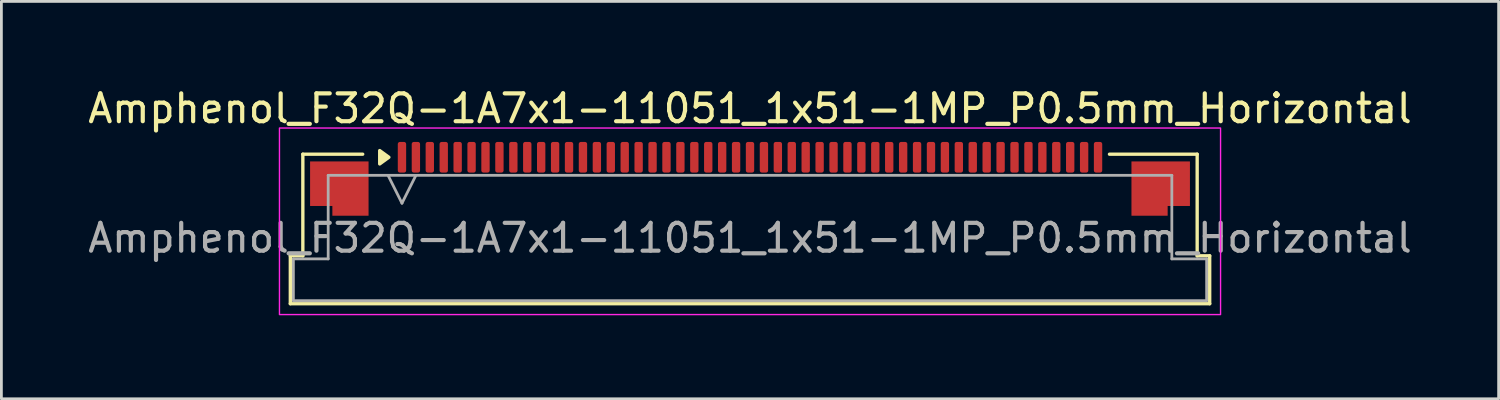
<source format=kicad_pcb>
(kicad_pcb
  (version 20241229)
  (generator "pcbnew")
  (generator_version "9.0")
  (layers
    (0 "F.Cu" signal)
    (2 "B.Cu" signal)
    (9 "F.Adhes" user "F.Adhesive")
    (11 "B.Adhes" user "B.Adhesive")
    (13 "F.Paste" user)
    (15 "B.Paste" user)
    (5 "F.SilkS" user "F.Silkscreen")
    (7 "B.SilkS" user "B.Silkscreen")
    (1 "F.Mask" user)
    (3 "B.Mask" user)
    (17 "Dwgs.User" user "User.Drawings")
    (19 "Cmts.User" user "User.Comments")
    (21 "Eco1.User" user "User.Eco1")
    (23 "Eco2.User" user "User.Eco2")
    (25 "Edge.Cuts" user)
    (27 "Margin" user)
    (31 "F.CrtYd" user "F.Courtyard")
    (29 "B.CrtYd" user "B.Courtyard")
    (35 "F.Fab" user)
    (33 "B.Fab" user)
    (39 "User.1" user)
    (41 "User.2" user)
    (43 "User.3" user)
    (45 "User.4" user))
  (footprint "Amphenol_F32Q-1A7x1-11051_1x51-1MP_P0.5mm_Horizontal"
    (layer "F.Cu")
    (at 23.887 5.498)
    (property "Reference" "Amphenol_F32Q-1A7x1-11051_1x51-1MP_P0.5mm_Horizontal" (at 0 -4.65 0) (layer "F.SilkS") (effects (font (size 1 1) (thickness 0.15))))
    (attr smd)
    (fp_line (start -16.51 0.64) (end -16.06 0.64) (stroke (width 0.12) (type solid)) (layer "F.SilkS"))
    (fp_line (start -16.51 2.36) (end -16.51 0.64) (stroke (width 0.12) (type solid)) (layer "F.SilkS"))
    (fp_line (start -16.06 -3.01) (end -13.91 -3.01) (stroke (width 0.12) (type solid)) (layer "F.SilkS"))
    (fp_line (start -16.06 0.64) (end -16.06 -3.01) (stroke (width 0.12) (type solid)) (layer "F.SilkS"))
    (fp_line (start 12.91 -3.01) (end 16.06 -3.01) (stroke (width 0.12) (type solid)) (layer "F.SilkS"))
    (fp_line (start 16.06 -3.01) (end 16.06 0.64) (stroke (width 0.12) (type solid)) (layer "F.SilkS"))
    (fp_line (start 16.06 0.64) (end 16.51 0.64) (stroke (width 0.12) (type solid)) (layer "F.SilkS"))
    (fp_line (start 16.51 0.64) (end 16.51 2.36) (stroke (width 0.12) (type solid)) (layer "F.SilkS"))
    (fp_line (start 16.51 2.36) (end -16.51 2.36) (stroke (width 0.12) (type solid)) (layer "F.SilkS"))
    (fp_poly (pts (xy -12.97 -2.9) (xy -13.3 -2.66) (xy -13.3 -3.14)) (stroke (width 0.12) (type solid)) (fill yes) (layer "F.SilkS"))
    (fp_rect (start -16.9 -3.95) (end 16.9 2.75) (stroke (width 0.05) (type solid)) (fill no) (layer "F.CrtYd"))
    (fp_line (start -16.4 0.75) (end -15.15 0.75) (stroke (width 0.1) (type solid)) (layer "F.Fab"))
    (fp_line (start -16.4 2.25) (end -16.4 0.75) (stroke (width 0.1) (type solid)) (layer "F.Fab"))
    (fp_line (start -15.15 -2.25) (end 15.15 -2.25) (stroke (width 0.1) (type solid)) (layer "F.Fab"))
    (fp_line (start -15.15 0.75) (end -15.15 -2.25) (stroke (width 0.1) (type solid)) (layer "F.Fab"))
    (fp_line (start -13 -2.25) (end -12.5 -1.25) (stroke (width 0.1) (type solid)) (layer "F.Fab"))
    (fp_line (start -12.5 -1.25) (end -12 -2.25) (stroke (width 0.1) (type solid)) (layer "F.Fab"))
    (fp_line (start 15.15 -2.25) (end 15.15 0.75) (stroke (width 0.1) (type solid)) (layer "F.Fab"))
    (fp_line (start 15.15 0.75) (end 16.4 0.75) (stroke (width 0.1) (type solid)) (layer "F.Fab"))
    (fp_line (start 16.4 0.75) (end 16.4 2.25) (stroke (width 0.1) (type solid)) (layer "F.Fab"))
    (fp_line (start 16.4 2.25) (end -16.4 2.25) (stroke (width 0.1) (type solid)) (layer "F.Fab"))
    (fp_text user "${REFERENCE}" (at 0 0 0) (layer "F.Fab") (effects (font (size 1 1) (thickness 0.15))))
    (pad "1" smd roundrect (at -12.5 -2.9) (size 0.3 1.1) (layers "F.Cu" "F.Mask" "F.Paste") (roundrect_rratio 0.25))
    (pad "2" smd roundrect (at -12 -2.9) (size 0.3 1.1) (layers "F.Cu" "F.Mask" "F.Paste") (roundrect_rratio 0.25))
    (pad "3" smd roundrect (at -11.5 -2.9) (size 0.3 1.1) (layers "F.Cu" "F.Mask" "F.Paste") (roundrect_rratio 0.25))
    (pad "4" smd roundrect (at -11 -2.9) (size 0.3 1.1) (layers "F.Cu" "F.Mask" "F.Paste") (roundrect_rratio 0.25))
    (pad "5" smd roundrect (at -10.5 -2.9) (size 0.3 1.1) (layers "F.Cu" "F.Mask" "F.Paste") (roundrect_rratio 0.25))
    (pad "6" smd roundrect (at -10 -2.9) (size 0.3 1.1) (layers "F.Cu" "F.Mask" "F.Paste") (roundrect_rratio 0.25))
    (pad "7" smd roundrect (at -9.5 -2.9) (size 0.3 1.1) (layers "F.Cu" "F.Mask" "F.Paste") (roundrect_rratio 0.25))
    (pad "8" smd roundrect (at -9 -2.9) (size 0.3 1.1) (layers "F.Cu" "F.Mask" "F.Paste") (roundrect_rratio 0.25))
    (pad "9" smd roundrect (at -8.5 -2.9) (size 0.3 1.1) (layers "F.Cu" "F.Mask" "F.Paste") (roundrect_rratio 0.25))
    (pad "10" smd roundrect (at -8 -2.9) (size 0.3 1.1) (layers "F.Cu" "F.Mask" "F.Paste") (roundrect_rratio 0.25))
    (pad "11" smd roundrect (at -7.5 -2.9) (size 0.3 1.1) (layers "F.Cu" "F.Mask" "F.Paste") (roundrect_rratio 0.25))
    (pad "12" smd roundrect (at -7 -2.9) (size 0.3 1.1) (layers "F.Cu" "F.Mask" "F.Paste") (roundrect_rratio 0.25))
    (pad "13" smd roundrect (at -6.5 -2.9) (size 0.3 1.1) (layers "F.Cu" "F.Mask" "F.Paste") (roundrect_rratio 0.25))
    (pad "14" smd roundrect (at -6 -2.9) (size 0.3 1.1) (layers "F.Cu" "F.Mask" "F.Paste") (roundrect_rratio 0.25))
    (pad "15" smd roundrect (at -5.5 -2.9) (size 0.3 1.1) (layers "F.Cu" "F.Mask" "F.Paste") (roundrect_rratio 0.25))
    (pad "16" smd roundrect (at -5 -2.9) (size 0.3 1.1) (layers "F.Cu" "F.Mask" "F.Paste") (roundrect_rratio 0.25))
    (pad "17" smd roundrect (at -4.5 -2.9) (size 0.3 1.1) (layers "F.Cu" "F.Mask" "F.Paste") (roundrect_rratio 0.25))
    (pad "18" smd roundrect (at -4 -2.9) (size 0.3 1.1) (layers "F.Cu" "F.Mask" "F.Paste") (roundrect_rratio 0.25))
    (pad "19" smd roundrect (at -3.5 -2.9) (size 0.3 1.1) (layers "F.Cu" "F.Mask" "F.Paste") (roundrect_rratio 0.25))
    (pad "20" smd roundrect (at -3 -2.9) (size 0.3 1.1) (layers "F.Cu" "F.Mask" "F.Paste") (roundrect_rratio 0.25))
    (pad "21" smd roundrect (at -2.5 -2.9) (size 0.3 1.1) (layers "F.Cu" "F.Mask" "F.Paste") (roundrect_rratio 0.25))
    (pad "22" smd roundrect (at -2 -2.9) (size 0.3 1.1) (layers "F.Cu" "F.Mask" "F.Paste") (roundrect_rratio 0.25))
    (pad "23" smd roundrect (at -1.5 -2.9) (size 0.3 1.1) (layers "F.Cu" "F.Mask" "F.Paste") (roundrect_rratio 0.25))
    (pad "24" smd roundrect (at -1 -2.9) (size 0.3 1.1) (layers "F.Cu" "F.Mask" "F.Paste") (roundrect_rratio 0.25))
    (pad "25" smd roundrect (at -0.5 -2.9) (size 0.3 1.1) (layers "F.Cu" "F.Mask" "F.Paste") (roundrect_rratio 0.25))
    (pad "26" smd roundrect (at 0 -2.9) (size 0.3 1.1) (layers "F.Cu" "F.Mask" "F.Paste") (roundrect_rratio 0.25))
    (pad "27" smd roundrect (at 0.5 -2.9) (size 0.3 1.1) (layers "F.Cu" "F.Mask" "F.Paste") (roundrect_rratio 0.25))
    (pad "28" smd roundrect (at 1 -2.9) (size 0.3 1.1) (layers "F.Cu" "F.Mask" "F.Paste") (roundrect_rratio 0.25))
    (pad "29" smd roundrect (at 1.5 -2.9) (size 0.3 1.1) (layers "F.Cu" "F.Mask" "F.Paste") (roundrect_rratio 0.25))
    (pad "30" smd roundrect (at 2 -2.9) (size 0.3 1.1) (layers "F.Cu" "F.Mask" "F.Paste") (roundrect_rratio 0.25))
    (pad "31" smd roundrect (at 2.5 -2.9) (size 0.3 1.1) (layers "F.Cu" "F.Mask" "F.Paste") (roundrect_rratio 0.25))
    (pad "32" smd roundrect (at 3 -2.9) (size 0.3 1.1) (layers "F.Cu" "F.Mask" "F.Paste") (roundrect_rratio 0.25))
    (pad "33" smd roundrect (at 3.5 -2.9) (size 0.3 1.1) (layers "F.Cu" "F.Mask" "F.Paste") (roundrect_rratio 0.25))
    (pad "34" smd roundrect (at 4 -2.9) (size 0.3 1.1) (layers "F.Cu" "F.Mask" "F.Paste") (roundrect_rratio 0.25))
    (pad "35" smd roundrect (at 4.5 -2.9) (size 0.3 1.1) (layers "F.Cu" "F.Mask" "F.Paste") (roundrect_rratio 0.25))
    (pad "36" smd roundrect (at 5 -2.9) (size 0.3 1.1) (layers "F.Cu" "F.Mask" "F.Paste") (roundrect_rratio 0.25))
    (pad "37" smd roundrect (at 5.5 -2.9) (size 0.3 1.1) (layers "F.Cu" "F.Mask" "F.Paste") (roundrect_rratio 0.25))
    (pad "38" smd roundrect (at 6 -2.9) (size 0.3 1.1) (layers "F.Cu" "F.Mask" "F.Paste") (roundrect_rratio 0.25))
    (pad "39" smd roundrect (at 6.5 -2.9) (size 0.3 1.1) (layers "F.Cu" "F.Mask" "F.Paste") (roundrect_rratio 0.25))
    (pad "40" smd roundrect (at 7 -2.9) (size 0.3 1.1) (layers "F.Cu" "F.Mask" "F.Paste") (roundrect_rratio 0.25))
    (pad "41" smd roundrect (at 7.5 -2.9) (size 0.3 1.1) (layers "F.Cu" "F.Mask" "F.Paste") (roundrect_rratio 0.25))
    (pad "42" smd roundrect (at 8 -2.9) (size 0.3 1.1) (layers "F.Cu" "F.Mask" "F.Paste") (roundrect_rratio 0.25))
    (pad "43" smd roundrect (at 8.5 -2.9) (size 0.3 1.1) (layers "F.Cu" "F.Mask" "F.Paste") (roundrect_rratio 0.25))
    (pad "44" smd roundrect (at 9 -2.9) (size 0.3 1.1) (layers "F.Cu" "F.Mask" "F.Paste") (roundrect_rratio 0.25))
    (pad "45" smd roundrect (at 9.5 -2.9) (size 0.3 1.1) (layers "F.Cu" "F.Mask" "F.Paste") (roundrect_rratio 0.25))
    (pad "46" smd roundrect (at 10 -2.9) (size 0.3 1.1) (layers "F.Cu" "F.Mask" "F.Paste") (roundrect_rratio 0.25))
    (pad "47" smd roundrect (at 10.5 -2.9) (size 0.3 1.1) (layers "F.Cu" "F.Mask" "F.Paste") (roundrect_rratio 0.25))
    (pad "48" smd roundrect (at 11 -2.9) (size 0.3 1.1) (layers "F.Cu" "F.Mask" "F.Paste") (roundrect_rratio 0.25))
    (pad "49" smd roundrect (at 11.5 -2.9) (size 0.3 1.1) (layers "F.Cu" "F.Mask" "F.Paste") (roundrect_rratio 0.25))
    (pad "50" smd roundrect (at 12 -2.9) (size 0.3 1.1) (layers "F.Cu" "F.Mask" "F.Paste") (roundrect_rratio 0.25))
    (pad "51" smd roundrect (at 12.5 -2.9) (size 0.3 1.1) (layers "F.Cu" "F.Mask" "F.Paste") (roundrect_rratio 0.25))
    (pad "MP" smd custom (at -14.75 -1.775) (size 1 1) (layers "F.Cu" "F.Mask" "F.Paste") (options (anchor circle)) (primitives (gr_poly (pts (xy 1.05 -0.975) (xy 1.05 0.975) (xy -0.25 0.975) (xy -0.25 0.625) (xy -1.05 0.625) (xy -1.05 -0.975)) (width 0) (fill yes))))
    (pad "MP" smd custom (at 14.75 -1.775) (size 1 1) (layers "F.Cu" "F.Mask" "F.Paste") (options (anchor circle)) (primitives (gr_poly (pts (xy -1.05 -0.975) (xy -1.05 0.975) (xy 0.25 0.975) (xy 0.25 0.625) (xy 1.05 0.625) (xy 1.05 -0.975)) (width 0) (fill yes)))))
  (gr_rect
    (start -3 -3)
    (end 50.774 11.273)
    (stroke (width 0.1) (type default))
    (fill no)
    (layer "Edge.Cuts")))
</source>
